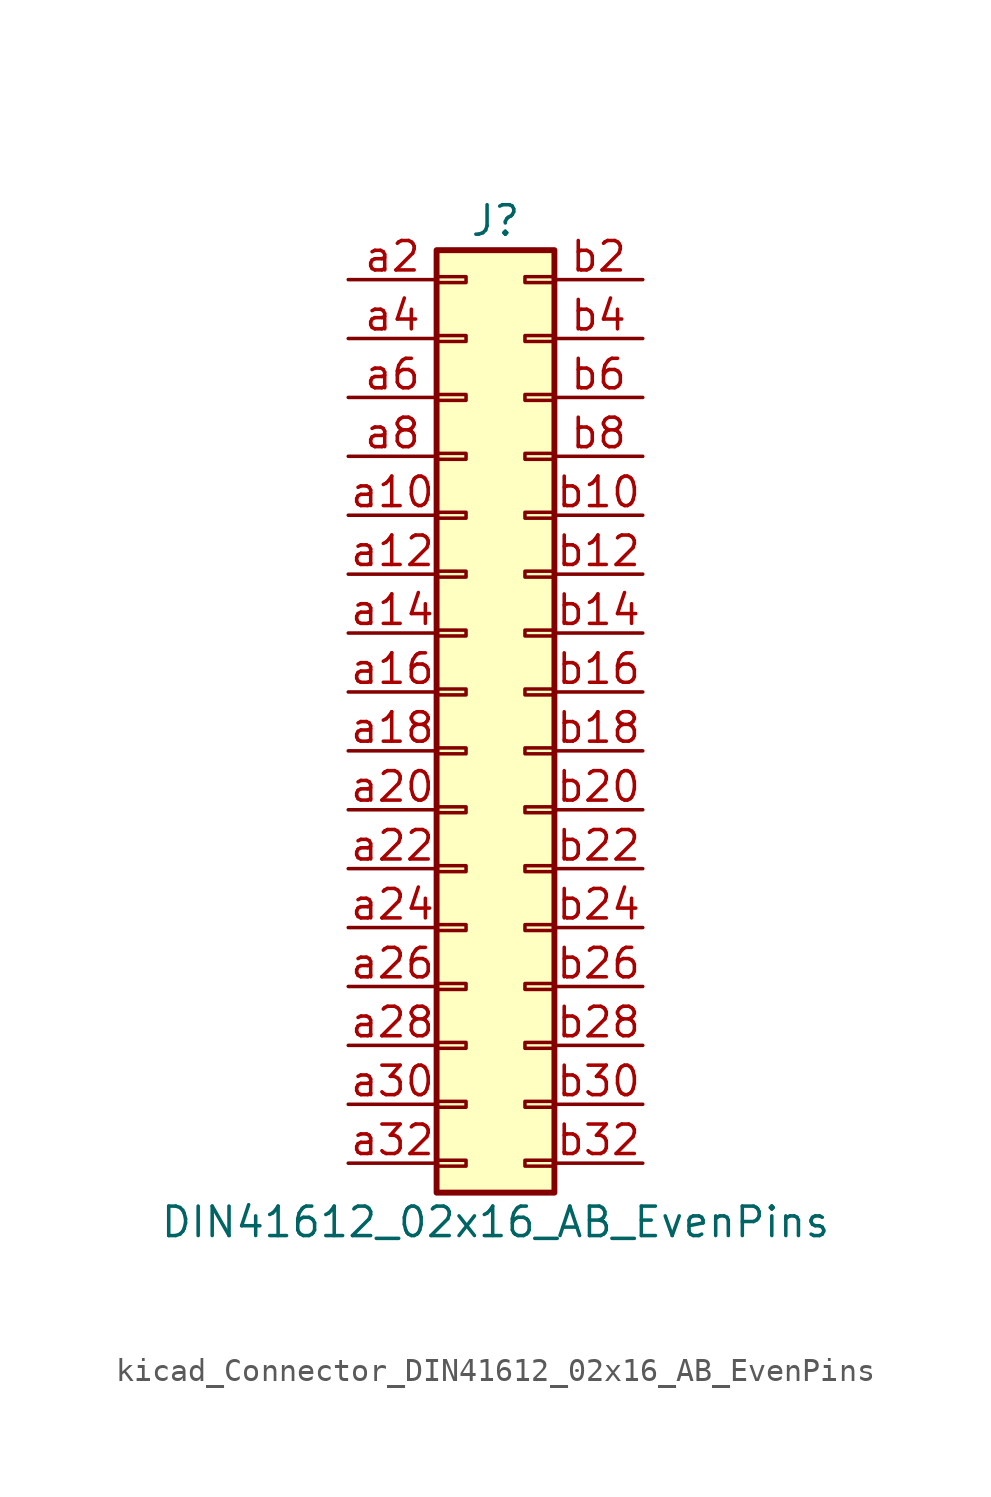
<source format=kicad_sym>
(kicad_symbol_lib
  (version 20220914)
  (generator kicad_symbol_editor)
  (symbol "kicad_Connector_DIN41612_02x16_AB_EvenPins"
    (pin_names
      (offset 1.016) hide)
    (property "Reference" "J"
      (at 1.27 20.32 0)
      (effects (font (size 1.27 1.27))))
    (property "Value" "DIN41612_02x16_AB_EvenPins"
      (at 1.27 -22.86 0)
      (effects (font (size 1.27 1.27))))
    (symbol "kicad_Connector_DIN41612_02x16_AB_EvenPins_1_1"
      (rectangle (start -1.27 -20.193) (end 0 -20.447) (stroke (width 0.152) (type default)) (fill (type none)))
      (rectangle (start -1.27 -17.653) (end 0 -17.907) (stroke (width 0.152) (type default)) (fill (type none)))
      (rectangle (start -1.27 -15.113) (end 0 -15.367) (stroke (width 0.152) (type default)) (fill (type none)))
      (rectangle (start -1.27 -12.573) (end 0 -12.827) (stroke (width 0.152) (type default)) (fill (type none)))
      (rectangle (start -1.27 -10.033) (end 0 -10.287) (stroke (width 0.152) (type default)) (fill (type none)))
      (rectangle (start -1.27 -7.493) (end 0 -7.747) (stroke (width 0.152) (type default)) (fill (type none)))
      (rectangle (start -1.27 -4.953) (end 0 -5.207) (stroke (width 0.152) (type default)) (fill (type none)))
      (rectangle (start -1.27 -2.413) (end 0 -2.667) (stroke (width 0.152) (type default)) (fill (type none)))
      (rectangle (start -1.27 0.127) (end 0 -0.127) (stroke (width 0.152) (type default)) (fill (type none)))
      (rectangle (start -1.27 2.667) (end 0 2.413) (stroke (width 0.152) (type default)) (fill (type none)))
      (rectangle (start -1.27 5.207) (end 0 4.953) (stroke (width 0.152) (type default)) (fill (type none)))
      (rectangle (start -1.27 7.747) (end 0 7.493) (stroke (width 0.152) (type default)) (fill (type none)))
      (rectangle (start -1.27 10.287) (end 0 10.033) (stroke (width 0.152) (type default)) (fill (type none)))
      (rectangle (start -1.27 12.827) (end 0 12.573) (stroke (width 0.152) (type default)) (fill (type none)))
      (rectangle (start -1.27 15.367) (end 0 15.113) (stroke (width 0.152) (type default)) (fill (type none)))
      (rectangle (start -1.27 17.907) (end 0 17.653) (stroke (width 0.152) (type default)) (fill (type none)))
      (rectangle (start -1.27 19.05) (end 3.81 -21.59) (stroke (width 0.254) (type default)) (fill (type background)))
      (rectangle (start 3.81 -20.193) (end 2.54 -20.447) (stroke (width 0.152) (type default)) (fill (type none)))
      (rectangle (start 3.81 -17.653) (end 2.54 -17.907) (stroke (width 0.152) (type default)) (fill (type none)))
      (rectangle (start 3.81 -15.113) (end 2.54 -15.367) (stroke (width 0.152) (type default)) (fill (type none)))
      (rectangle (start 3.81 -12.573) (end 2.54 -12.827) (stroke (width 0.152) (type default)) (fill (type none)))
      (rectangle (start 3.81 -10.033) (end 2.54 -10.287) (stroke (width 0.152) (type default)) (fill (type none)))
      (rectangle (start 3.81 -7.493) (end 2.54 -7.747) (stroke (width 0.152) (type default)) (fill (type none)))
      (rectangle (start 3.81 -4.953) (end 2.54 -5.207) (stroke (width 0.152) (type default)) (fill (type none)))
      (rectangle (start 3.81 -2.413) (end 2.54 -2.667) (stroke (width 0.152) (type default)) (fill (type none)))
      (rectangle (start 3.81 0.127) (end 2.54 -0.127) (stroke (width 0.152) (type default)) (fill (type none)))
      (rectangle (start 3.81 2.667) (end 2.54 2.413) (stroke (width 0.152) (type default)) (fill (type none)))
      (rectangle (start 3.81 5.207) (end 2.54 4.953) (stroke (width 0.152) (type default)) (fill (type none)))
      (rectangle (start 3.81 7.747) (end 2.54 7.493) (stroke (width 0.152) (type default)) (fill (type none)))
      (rectangle (start 3.81 10.287) (end 2.54 10.033) (stroke (width 0.152) (type default)) (fill (type none)))
      (rectangle (start 3.81 12.827) (end 2.54 12.573) (stroke (width 0.152) (type default)) (fill (type none)))
      (rectangle (start 3.81 15.367) (end 2.54 15.113) (stroke (width 0.152) (type default)) (fill (type none)))
      (rectangle (start 3.81 17.907) (end 2.54 17.653) (stroke (width 0.152) (type default)) (fill (type none)))
      (pin passive line (at -5.08 7.62 0) (length 3.81) (name "Pin_a10" (effects (font (size 1.27 1.27)))) (number "a10" (effects (font (size 1.27 1.27)))))
      (pin passive line (at -5.08 5.08 0) (length 3.81) (name "Pin_a12" (effects (font (size 1.27 1.27)))) (number "a12" (effects (font (size 1.27 1.27)))))
      (pin passive line (at -5.08 2.54 0) (length 3.81) (name "Pin_a14" (effects (font (size 1.27 1.27)))) (number "a14" (effects (font (size 1.27 1.27)))))
      (pin passive line (at -5.08 0 0) (length 3.81) (name "Pin_a16" (effects (font (size 1.27 1.27)))) (number "a16" (effects (font (size 1.27 1.27)))))
      (pin passive line (at -5.08 -2.54 0) (length 3.81) (name "Pin_a18" (effects (font (size 1.27 1.27)))) (number "a18" (effects (font (size 1.27 1.27)))))
      (pin passive line (at -5.08 17.78 0) (length 3.81) (name "Pin_a2" (effects (font (size 1.27 1.27)))) (number "a2" (effects (font (size 1.27 1.27)))))
      (pin passive line (at -5.08 -5.08 0) (length 3.81) (name "Pin_a20" (effects (font (size 1.27 1.27)))) (number "a20" (effects (font (size 1.27 1.27)))))
      (pin passive line (at -5.08 -7.62 0) (length 3.81) (name "Pin_a22" (effects (font (size 1.27 1.27)))) (number "a22" (effects (font (size 1.27 1.27)))))
      (pin passive line (at -5.08 -10.16 0) (length 3.81) (name "Pin_a24" (effects (font (size 1.27 1.27)))) (number "a24" (effects (font (size 1.27 1.27)))))
      (pin passive line (at -5.08 -12.7 0) (length 3.81) (name "Pin_a26" (effects (font (size 1.27 1.27)))) (number "a26" (effects (font (size 1.27 1.27)))))
      (pin passive line (at -5.08 -15.24 0) (length 3.81) (name "Pin_a28" (effects (font (size 1.27 1.27)))) (number "a28" (effects (font (size 1.27 1.27)))))
      (pin passive line (at -5.08 -17.78 0) (length 3.81) (name "Pin_a30" (effects (font (size 1.27 1.27)))) (number "a30" (effects (font (size 1.27 1.27)))))
      (pin passive line (at -5.08 -20.32 0) (length 3.81) (name "Pin_a32" (effects (font (size 1.27 1.27)))) (number "a32" (effects (font (size 1.27 1.27)))))
      (pin passive line (at -5.08 15.24 0) (length 3.81) (name "Pin_a4" (effects (font (size 1.27 1.27)))) (number "a4" (effects (font (size 1.27 1.27)))))
      (pin passive line (at -5.08 12.7 0) (length 3.81) (name "Pin_a6" (effects (font (size 1.27 1.27)))) (number "a6" (effects (font (size 1.27 1.27)))))
      (pin passive line (at -5.08 10.16 0) (length 3.81) (name "Pin_a8" (effects (font (size 1.27 1.27)))) (number "a8" (effects (font (size 1.27 1.27)))))
      (pin passive line (at 7.62 7.62 180) (length 3.81) (name "Pin_b10" (effects (font (size 1.27 1.27)))) (number "b10" (effects (font (size 1.27 1.27)))))
      (pin passive line (at 7.62 5.08 180) (length 3.81) (name "Pin_b12" (effects (font (size 1.27 1.27)))) (number "b12" (effects (font (size 1.27 1.27)))))
      (pin passive line (at 7.62 2.54 180) (length 3.81) (name "Pin_b14" (effects (font (size 1.27 1.27)))) (number "b14" (effects (font (size 1.27 1.27)))))
      (pin passive line (at 7.62 0 180) (length 3.81) (name "Pin_b16" (effects (font (size 1.27 1.27)))) (number "b16" (effects (font (size 1.27 1.27)))))
      (pin passive line (at 7.62 -2.54 180) (length 3.81) (name "Pin_b18" (effects (font (size 1.27 1.27)))) (number "b18" (effects (font (size 1.27 1.27)))))
      (pin passive line (at 7.62 17.78 180) (length 3.81) (name "Pin_b2" (effects (font (size 1.27 1.27)))) (number "b2" (effects (font (size 1.27 1.27)))))
      (pin passive line (at 7.62 -5.08 180) (length 3.81) (name "Pin_b20" (effects (font (size 1.27 1.27)))) (number "b20" (effects (font (size 1.27 1.27)))))
      (pin passive line (at 7.62 -7.62 180) (length 3.81) (name "Pin_b22" (effects (font (size 1.27 1.27)))) (number "b22" (effects (font (size 1.27 1.27)))))
      (pin passive line (at 7.62 -10.16 180) (length 3.81) (name "Pin_b24" (effects (font (size 1.27 1.27)))) (number "b24" (effects (font (size 1.27 1.27)))))
      (pin passive line (at 7.62 -12.7 180) (length 3.81) (name "Pin_b26" (effects (font (size 1.27 1.27)))) (number "b26" (effects (font (size 1.27 1.27)))))
      (pin passive line (at 7.62 -15.24 180) (length 3.81) (name "Pin_b28" (effects (font (size 1.27 1.27)))) (number "b28" (effects (font (size 1.27 1.27)))))
      (pin passive line (at 7.62 -17.78 180) (length 3.81) (name "Pin_b30" (effects (font (size 1.27 1.27)))) (number "b30" (effects (font (size 1.27 1.27)))))
      (pin passive line (at 7.62 -20.32 180) (length 3.81) (name "Pin_b32" (effects (font (size 1.27 1.27)))) (number "b32" (effects (font (size 1.27 1.27)))))
      (pin passive line (at 7.62 15.24 180) (length 3.81) (name "Pin_b4" (effects (font (size 1.27 1.27)))) (number "b4" (effects (font (size 1.27 1.27)))))
      (pin passive line (at 7.62 12.7 180) (length 3.81) (name "Pin_b6" (effects (font (size 1.27 1.27)))) (number "b6" (effects (font (size 1.27 1.27)))))
      (pin passive line (at 7.62 10.16 180) (length 3.81) (name "Pin_b8" (effects (font (size 1.27 1.27)))) (number "b8" (effects (font (size 1.27 1.27))))))))
</source>
